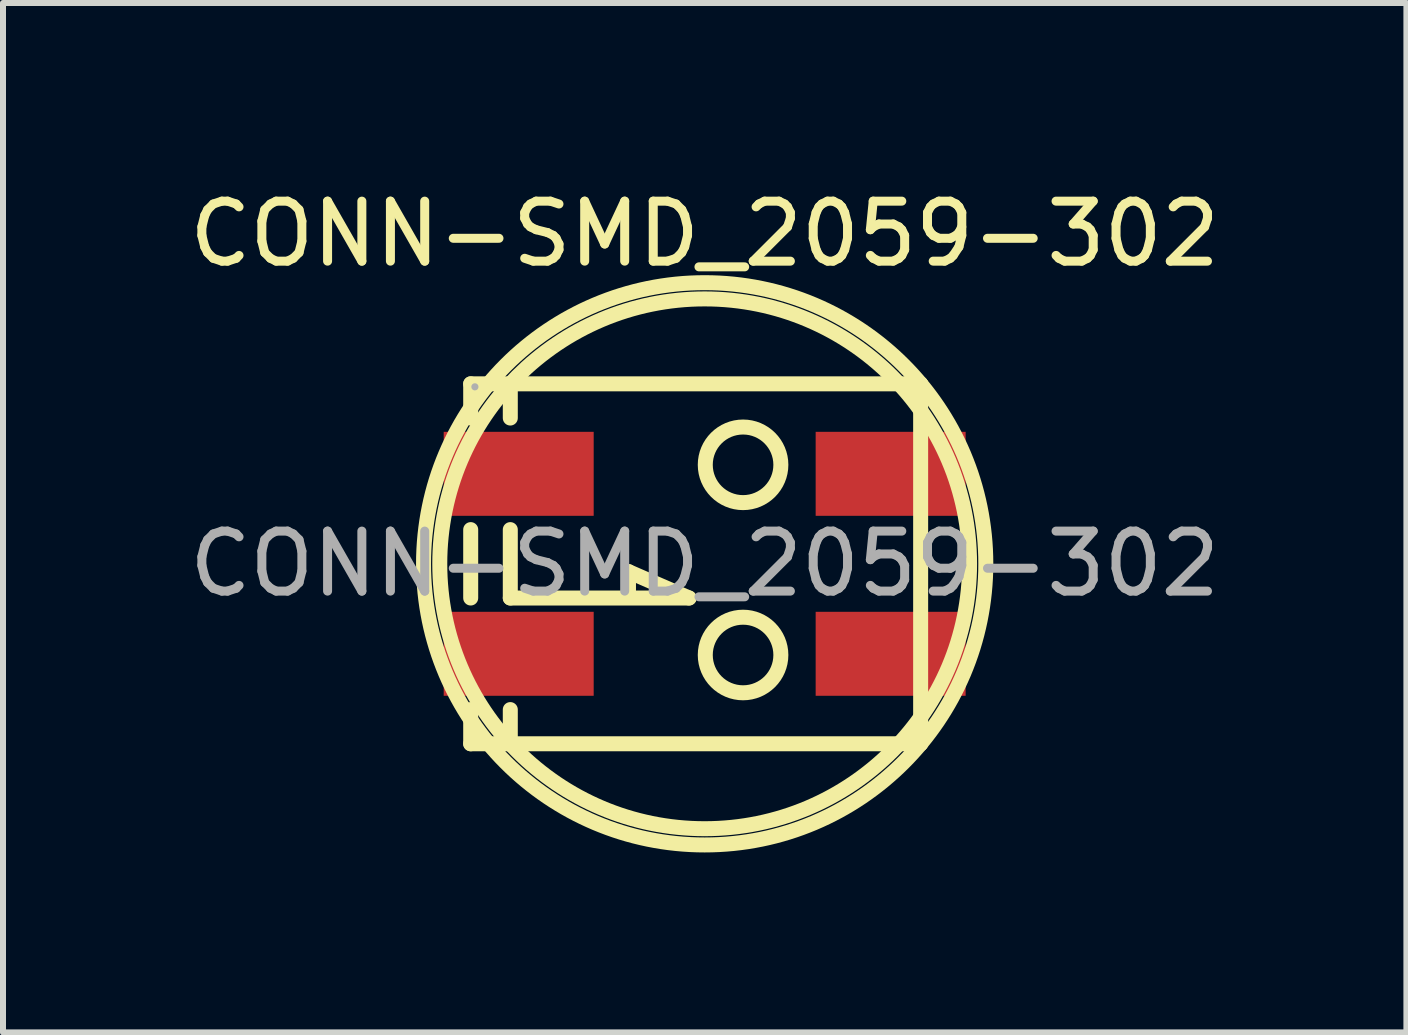
<source format=kicad_pcb>
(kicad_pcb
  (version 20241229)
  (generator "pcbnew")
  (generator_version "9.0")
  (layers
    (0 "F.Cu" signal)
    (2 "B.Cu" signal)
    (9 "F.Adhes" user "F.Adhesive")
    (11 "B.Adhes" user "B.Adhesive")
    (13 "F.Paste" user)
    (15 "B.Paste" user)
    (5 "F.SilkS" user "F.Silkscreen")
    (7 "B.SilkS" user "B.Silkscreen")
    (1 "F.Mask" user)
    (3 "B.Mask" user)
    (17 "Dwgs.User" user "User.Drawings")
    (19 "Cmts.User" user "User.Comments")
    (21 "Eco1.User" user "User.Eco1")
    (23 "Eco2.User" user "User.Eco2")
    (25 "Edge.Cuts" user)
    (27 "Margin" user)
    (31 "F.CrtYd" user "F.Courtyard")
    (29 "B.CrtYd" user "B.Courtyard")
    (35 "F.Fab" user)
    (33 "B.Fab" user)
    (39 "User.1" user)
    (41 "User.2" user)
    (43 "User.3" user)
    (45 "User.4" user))
  (footprint "CONN-SMD_2059-302"
    (layer "F.Cu")
    (at 8.696 6.348)
    (property "Reference" "CONN-SMD_2059-302" (at 0 -5.5 0) (layer "F.SilkS") (effects (font (size 1 1) (thickness 0.15))))
    (attr smd)
    (fp_line (start -3.9 -3) (end -3.9 -2.43) (stroke (width 0.25) (type solid)) (layer "F.SilkS"))
    (fp_line (start -3.9 -3) (end -3.24 -3) (stroke (width 0.25) (type solid)) (layer "F.SilkS"))
    (fp_line (start -3.9 -0.57) (end -3.9 0.57) (stroke (width 0.25) (type solid)) (layer "F.SilkS"))
    (fp_line (start -3.9 2.43) (end -3.9 3) (stroke (width 0.25) (type solid)) (layer "F.SilkS"))
    (fp_line (start -3.24 -3) (end -3.24 -2.43) (stroke (width 0.25) (type solid)) (layer "F.SilkS"))
    (fp_line (start -3.24 -3) (end 3.6 -3) (stroke (width 0.25) (type solid)) (layer "F.SilkS"))
    (fp_line (start -3.24 -0.57) (end -3.24 0.57) (stroke (width 0.25) (type solid)) (layer "F.SilkS"))
    (fp_line (start -3.24 0.57) (end -0.26 0.57) (stroke (width 0.25) (type solid)) (layer "F.SilkS"))
    (fp_line (start -3.24 2.43) (end -3.24 3) (stroke (width 0.25) (type solid)) (layer "F.SilkS"))
    (fp_line (start -1.27 0.13) (end -1.27 0.51) (stroke (width 0.25) (type solid)) (layer "F.SilkS"))
    (fp_line (start -0.26 0.57) (end -1.27 0.13) (stroke (width 0.25) (type solid)) (layer "F.SilkS"))
    (fp_line (start 3.6 -3) (end 3.6 3) (stroke (width 0.25) (type solid)) (layer "F.SilkS"))
    (fp_line (start 3.6 3) (end -3.9 3) (stroke (width 0.25) (type solid)) (layer "F.SilkS"))
    (fp_arc (start -3.24 -3) (mid 3.24 3) (end -3.24 -3) (stroke (width 0.25) (type solid)) (layer "F.SilkS"))
    (fp_arc (start 3.6 -3) (mid -3.6 3) (end 3.6 -3) (stroke (width 0.25) (type solid)) (layer "F.SilkS"))
    (fp_circle (center 0.64 -1.65) (end 1.27 -1.65) (stroke (width 0.25) (type solid)) (fill no) (layer "F.SilkS"))
    (fp_circle (center 0.64 1.52) (end 1.27 1.52) (stroke (width 0.25) (type solid)) (fill no) (layer "F.SilkS"))
    (fp_circle (center -3.83 -2.95) (end -3.8 -2.95) (stroke (width 0.06) (type solid)) (fill no) (layer "F.Fab"))
    (fp_text user "${REFERENCE}" (at 0 0 0) (layer "F.Fab") (effects (font (size 1 1) (thickness 0.15))))
    (pad "1" smd rect (at -3.1 -1.5 90) (size 1.4 2.5) (layers "F.Cu" "F.Mask" "F.Paste"))
    (pad "1" smd rect (at 3.1 -1.5 90) (size 1.4 2.5) (layers "F.Cu" "F.Mask" "F.Paste"))
    (pad "2" smd rect (at -3.1 1.5 90) (size 1.4 2.5) (layers "F.Cu" "F.Mask" "F.Paste"))
    (pad "2" smd rect (at 3.1 1.5 90) (size 1.4 2.5) (layers "F.Cu" "F.Mask" "F.Paste")))
  (gr_rect
    (start -3 -3)
    (end 20.393 14.159)
    (stroke (width 0.1) (type default))
    (fill no)
    (layer "Edge.Cuts")))
</source>
